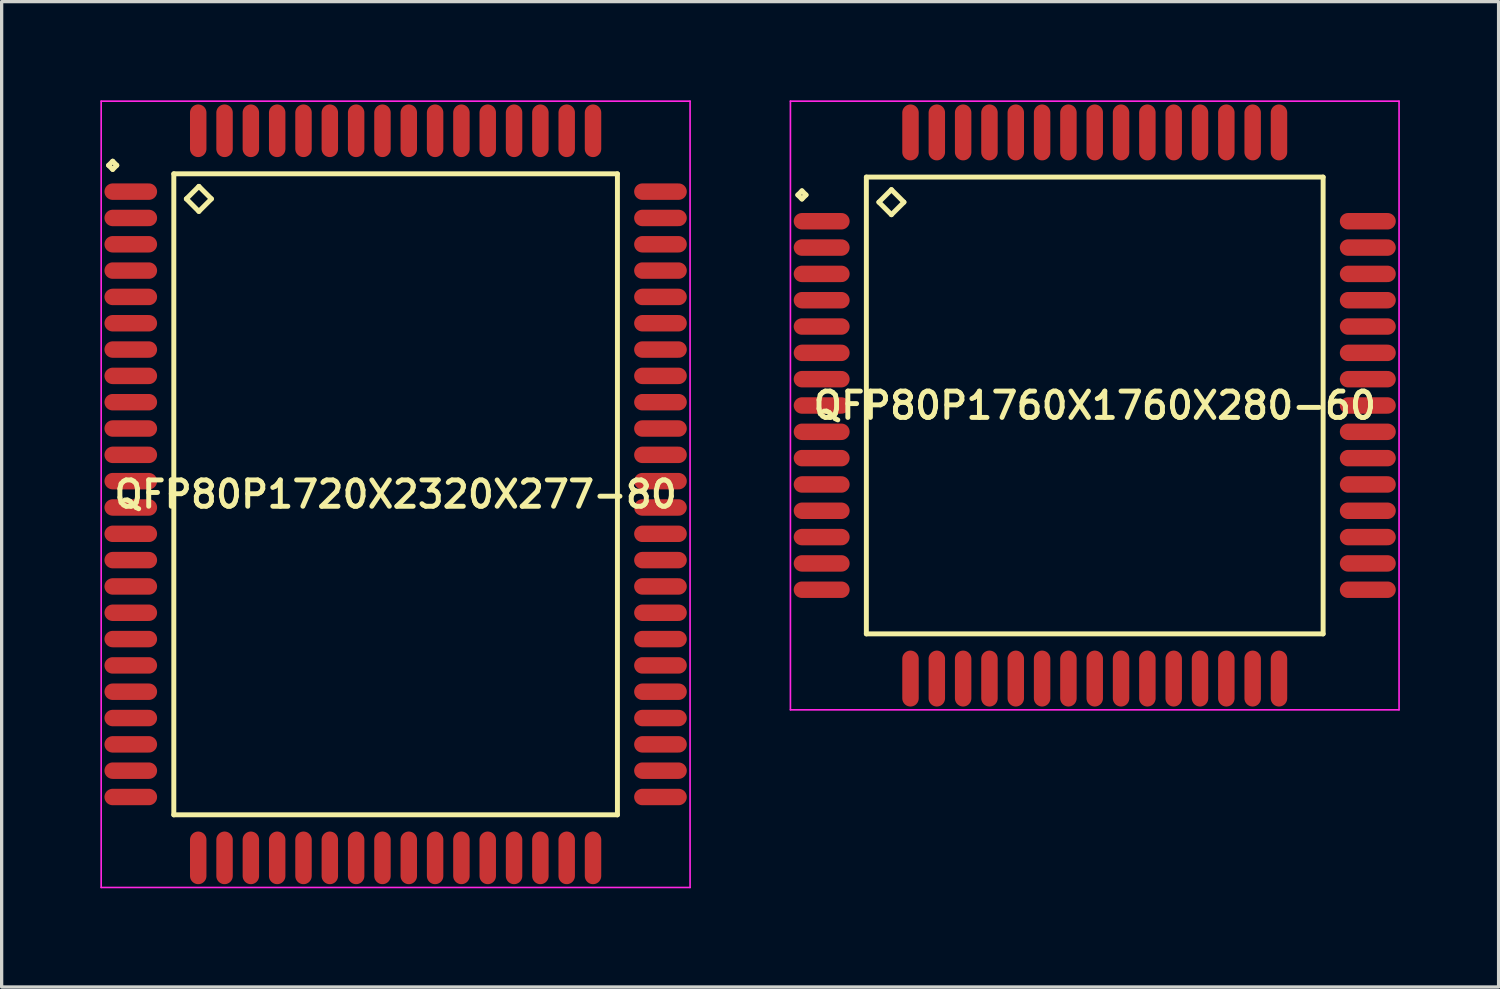
<source format=kicad_pcb>
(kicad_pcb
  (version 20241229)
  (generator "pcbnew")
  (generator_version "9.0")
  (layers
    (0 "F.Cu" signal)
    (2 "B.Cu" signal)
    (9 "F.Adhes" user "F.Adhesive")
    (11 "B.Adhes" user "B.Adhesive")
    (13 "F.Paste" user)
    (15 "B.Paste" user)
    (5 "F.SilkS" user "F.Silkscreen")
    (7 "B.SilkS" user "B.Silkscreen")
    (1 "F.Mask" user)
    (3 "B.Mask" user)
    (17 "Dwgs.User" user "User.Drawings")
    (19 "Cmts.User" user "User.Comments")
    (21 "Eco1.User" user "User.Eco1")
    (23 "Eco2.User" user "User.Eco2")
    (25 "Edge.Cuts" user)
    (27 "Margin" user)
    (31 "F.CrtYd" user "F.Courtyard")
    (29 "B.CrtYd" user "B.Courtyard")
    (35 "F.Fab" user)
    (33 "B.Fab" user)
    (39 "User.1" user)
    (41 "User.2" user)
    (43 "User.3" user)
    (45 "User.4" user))
  (footprint "QFP80P1760X1760X280-60"
    (layer "F.Cu")
    (at 30.225 9.275)
    (property "Reference" "QFP80P1760X1760X280-60" (at 0 0 0) (layer "F.SilkS") (effects (font (size 0.8 0.8) (thickness 0.15))))
    (attr smd)
    (fp_line (start -9.025 -6.4) (end -8.9 -6.525) (stroke (width 0.15) (type solid)) (layer "F.SilkS"))
    (fp_line (start -8.9 -6.525) (end -8.775 -6.4) (stroke (width 0.15) (type solid)) (layer "F.SilkS"))
    (fp_line (start -8.9 -6.275) (end -9.025 -6.4) (stroke (width 0.15) (type solid)) (layer "F.SilkS"))
    (fp_line (start -8.775 -6.4) (end -8.9 -6.275) (stroke (width 0.15) (type solid)) (layer "F.SilkS"))
    (fp_line (start -6.942 -6.942) (end -6.942 6.942) (stroke (width 0.15) (type solid)) (layer "F.SilkS"))
    (fp_line (start -6.942 6.942) (end 6.942 6.942) (stroke (width 0.15) (type solid)) (layer "F.SilkS"))
    (fp_line (start -6.561 -6.18) (end -6.18 -6.561) (stroke (width 0.15) (type solid)) (layer "F.SilkS"))
    (fp_line (start -6.18 -6.561) (end -5.799 -6.18) (stroke (width 0.15) (type solid)) (layer "F.SilkS"))
    (fp_line (start -6.18 -5.799) (end -6.561 -6.18) (stroke (width 0.15) (type solid)) (layer "F.SilkS"))
    (fp_line (start -5.799 -6.18) (end -6.18 -5.799) (stroke (width 0.15) (type solid)) (layer "F.SilkS"))
    (fp_line (start 6.942 -6.942) (end -6.942 -6.942) (stroke (width 0.15) (type solid)) (layer "F.SilkS"))
    (fp_line (start 6.942 6.942) (end 6.942 -6.942) (stroke (width 0.15) (type solid)) (layer "F.SilkS"))
    (fp_line (start -9.25 -9.25) (end 9.25 -9.25) (stroke (width 0.05) (type solid)) (layer "F.CrtYd"))
    (fp_line (start -9.25 9.25) (end -9.25 -9.25) (stroke (width 0.05) (type solid)) (layer "F.CrtYd"))
    (fp_line (start 9.25 -9.25) (end 9.25 9.25) (stroke (width 0.05) (type solid)) (layer "F.CrtYd"))
    (fp_line (start 9.25 9.25) (end -9.25 9.25) (stroke (width 0.05) (type solid)) (layer "F.CrtYd"))
    (pad "1" smd oval (at -8.3 -5.6) (size 1.7 0.5) (layers "F.Cu" "F.Mask" "F.Paste"))
    (pad "2" smd oval (at -8.3 -4.8) (size 1.7 0.5) (layers "F.Cu" "F.Mask" "F.Paste"))
    (pad "3" smd oval (at -8.3 -4) (size 1.7 0.5) (layers "F.Cu" "F.Mask" "F.Paste"))
    (pad "4" smd oval (at -8.3 -3.2) (size 1.7 0.5) (layers "F.Cu" "F.Mask" "F.Paste"))
    (pad "5" smd oval (at -8.3 -2.4) (size 1.7 0.5) (layers "F.Cu" "F.Mask" "F.Paste"))
    (pad "6" smd oval (at -8.3 -1.6) (size 1.7 0.5) (layers "F.Cu" "F.Mask" "F.Paste"))
    (pad "7" smd oval (at -8.3 -0.8) (size 1.7 0.5) (layers "F.Cu" "F.Mask" "F.Paste"))
    (pad "8" smd oval (at -8.3 0) (size 1.7 0.5) (layers "F.Cu" "F.Mask" "F.Paste"))
    (pad "9" smd oval (at -8.3 0.8) (size 1.7 0.5) (layers "F.Cu" "F.Mask" "F.Paste"))
    (pad "10" smd oval (at -8.3 1.6) (size 1.7 0.5) (layers "F.Cu" "F.Mask" "F.Paste"))
    (pad "11" smd oval (at -8.3 2.4) (size 1.7 0.5) (layers "F.Cu" "F.Mask" "F.Paste"))
    (pad "12" smd oval (at -8.3 3.2) (size 1.7 0.5) (layers "F.Cu" "F.Mask" "F.Paste"))
    (pad "13" smd oval (at -8.3 4) (size 1.7 0.5) (layers "F.Cu" "F.Mask" "F.Paste"))
    (pad "14" smd oval (at -8.3 4.8) (size 1.7 0.5) (layers "F.Cu" "F.Mask" "F.Paste"))
    (pad "15" smd oval (at -8.3 5.6) (size 1.7 0.5) (layers "F.Cu" "F.Mask" "F.Paste"))
    (pad "16" smd oval (at -5.6 8.3) (size 0.5 1.7) (layers "F.Cu" "F.Mask" "F.Paste"))
    (pad "17" smd oval (at -4.8 8.3) (size 0.5 1.7) (layers "F.Cu" "F.Mask" "F.Paste"))
    (pad "18" smd oval (at -4 8.3) (size 0.5 1.7) (layers "F.Cu" "F.Mask" "F.Paste"))
    (pad "19" smd oval (at -3.2 8.3) (size 0.5 1.7) (layers "F.Cu" "F.Mask" "F.Paste"))
    (pad "20" smd oval (at -2.4 8.3) (size 0.5 1.7) (layers "F.Cu" "F.Mask" "F.Paste"))
    (pad "21" smd oval (at -1.6 8.3) (size 0.5 1.7) (layers "F.Cu" "F.Mask" "F.Paste"))
    (pad "22" smd oval (at -0.8 8.3) (size 0.5 1.7) (layers "F.Cu" "F.Mask" "F.Paste"))
    (pad "23" smd oval (at 0 8.3) (size 0.5 1.7) (layers "F.Cu" "F.Mask" "F.Paste"))
    (pad "24" smd oval (at 0.8 8.3) (size 0.5 1.7) (layers "F.Cu" "F.Mask" "F.Paste"))
    (pad "25" smd oval (at 1.6 8.3) (size 0.5 1.7) (layers "F.Cu" "F.Mask" "F.Paste"))
    (pad "26" smd oval (at 2.4 8.3) (size 0.5 1.7) (layers "F.Cu" "F.Mask" "F.Paste"))
    (pad "27" smd oval (at 3.2 8.3) (size 0.5 1.7) (layers "F.Cu" "F.Mask" "F.Paste"))
    (pad "28" smd oval (at 4 8.3) (size 0.5 1.7) (layers "F.Cu" "F.Mask" "F.Paste"))
    (pad "29" smd oval (at 4.8 8.3) (size 0.5 1.7) (layers "F.Cu" "F.Mask" "F.Paste"))
    (pad "30" smd oval (at 5.6 8.3) (size 0.5 1.7) (layers "F.Cu" "F.Mask" "F.Paste"))
    (pad "31" smd oval (at 8.3 5.6) (size 1.7 0.5) (layers "F.Cu" "F.Mask" "F.Paste"))
    (pad "32" smd oval (at 8.3 4.8) (size 1.7 0.5) (layers "F.Cu" "F.Mask" "F.Paste"))
    (pad "33" smd oval (at 8.3 4) (size 1.7 0.5) (layers "F.Cu" "F.Mask" "F.Paste"))
    (pad "34" smd oval (at 8.3 3.2) (size 1.7 0.5) (layers "F.Cu" "F.Mask" "F.Paste"))
    (pad "35" smd oval (at 8.3 2.4) (size 1.7 0.5) (layers "F.Cu" "F.Mask" "F.Paste"))
    (pad "36" smd oval (at 8.3 1.6) (size 1.7 0.5) (layers "F.Cu" "F.Mask" "F.Paste"))
    (pad "37" smd oval (at 8.3 0.8) (size 1.7 0.5) (layers "F.Cu" "F.Mask" "F.Paste"))
    (pad "38" smd oval (at 8.3 0) (size 1.7 0.5) (layers "F.Cu" "F.Mask" "F.Paste"))
    (pad "39" smd oval (at 8.3 -0.8) (size 1.7 0.5) (layers "F.Cu" "F.Mask" "F.Paste"))
    (pad "40" smd oval (at 8.3 -1.6) (size 1.7 0.5) (layers "F.Cu" "F.Mask" "F.Paste"))
    (pad "41" smd oval (at 8.3 -2.4) (size 1.7 0.5) (layers "F.Cu" "F.Mask" "F.Paste"))
    (pad "42" smd oval (at 8.3 -3.2) (size 1.7 0.5) (layers "F.Cu" "F.Mask" "F.Paste"))
    (pad "43" smd oval (at 8.3 -4) (size 1.7 0.5) (layers "F.Cu" "F.Mask" "F.Paste"))
    (pad "44" smd oval (at 8.3 -4.8) (size 1.7 0.5) (layers "F.Cu" "F.Mask" "F.Paste"))
    (pad "45" smd oval (at 8.3 -5.6) (size 1.7 0.5) (layers "F.Cu" "F.Mask" "F.Paste"))
    (pad "46" smd oval (at 5.6 -8.3) (size 0.5 1.7) (layers "F.Cu" "F.Mask" "F.Paste"))
    (pad "47" smd oval (at 4.8 -8.3) (size 0.5 1.7) (layers "F.Cu" "F.Mask" "F.Paste"))
    (pad "48" smd oval (at 4 -8.3) (size 0.5 1.7) (layers "F.Cu" "F.Mask" "F.Paste"))
    (pad "49" smd oval (at 3.2 -8.3) (size 0.5 1.7) (layers "F.Cu" "F.Mask" "F.Paste"))
    (pad "50" smd oval (at 2.4 -8.3) (size 0.5 1.7) (layers "F.Cu" "F.Mask" "F.Paste"))
    (pad "51" smd oval (at 1.6 -8.3) (size 0.5 1.7) (layers "F.Cu" "F.Mask" "F.Paste"))
    (pad "52" smd oval (at 0.8 -8.3) (size 0.5 1.7) (layers "F.Cu" "F.Mask" "F.Paste"))
    (pad "53" smd oval (at 0 -8.3) (size 0.5 1.7) (layers "F.Cu" "F.Mask" "F.Paste"))
    (pad "54" smd oval (at -0.8 -8.3) (size 0.5 1.7) (layers "F.Cu" "F.Mask" "F.Paste"))
    (pad "55" smd oval (at -1.6 -8.3) (size 0.5 1.7) (layers "F.Cu" "F.Mask" "F.Paste"))
    (pad "56" smd oval (at -2.4 -8.3) (size 0.5 1.7) (layers "F.Cu" "F.Mask" "F.Paste"))
    (pad "57" smd oval (at -3.2 -8.3) (size 0.5 1.7) (layers "F.Cu" "F.Mask" "F.Paste"))
    (pad "58" smd oval (at -4 -8.3) (size 0.5 1.7) (layers "F.Cu" "F.Mask" "F.Paste"))
    (pad "59" smd oval (at -4.8 -8.3) (size 0.5 1.7) (layers "F.Cu" "F.Mask" "F.Paste"))
    (pad "60" smd oval (at -5.6 -8.3) (size 0.5 1.7) (layers "F.Cu" "F.Mask" "F.Paste")))
  (footprint "QFP80P1720X2320X277-80"
    (layer "F.Cu")
    (at 8.975 11.975)
    (property "Reference" "QFP80P1720X2320X277-80" (at 0 0 0) (layer "F.SilkS") (effects (font (size 0.8 0.8) (thickness 0.15))))
    (attr smd)
    (fp_line (start -8.725 -10) (end -8.6 -10.125) (stroke (width 0.15) (type solid)) (layer "F.SilkS"))
    (fp_line (start -8.6 -10.125) (end -8.475 -10) (stroke (width 0.15) (type solid)) (layer "F.SilkS"))
    (fp_line (start -8.6 -9.875) (end -8.725 -10) (stroke (width 0.15) (type solid)) (layer "F.SilkS"))
    (fp_line (start -8.475 -10) (end -8.6 -9.875) (stroke (width 0.15) (type solid)) (layer "F.SilkS"))
    (fp_line (start -6.742 -9.742) (end -6.742 9.742) (stroke (width 0.15) (type solid)) (layer "F.SilkS"))
    (fp_line (start -6.742 9.742) (end 6.742 9.742) (stroke (width 0.15) (type solid)) (layer "F.SilkS"))
    (fp_line (start -6.361 -8.98) (end -5.98 -9.361) (stroke (width 0.15) (type solid)) (layer "F.SilkS"))
    (fp_line (start -5.98 -9.361) (end -5.599 -8.98) (stroke (width 0.15) (type solid)) (layer "F.SilkS"))
    (fp_line (start -5.98 -8.599) (end -6.361 -8.98) (stroke (width 0.15) (type solid)) (layer "F.SilkS"))
    (fp_line (start -5.599 -8.98) (end -5.98 -8.599) (stroke (width 0.15) (type solid)) (layer "F.SilkS"))
    (fp_line (start 6.742 -9.742) (end -6.742 -9.742) (stroke (width 0.15) (type solid)) (layer "F.SilkS"))
    (fp_line (start 6.742 9.742) (end 6.742 -9.742) (stroke (width 0.15) (type solid)) (layer "F.SilkS"))
    (fp_line (start -8.95 -11.95) (end 8.95 -11.95) (stroke (width 0.05) (type solid)) (layer "F.CrtYd"))
    (fp_line (start -8.95 11.95) (end -8.95 -11.95) (stroke (width 0.05) (type solid)) (layer "F.CrtYd"))
    (fp_line (start 8.95 -11.95) (end 8.95 11.95) (stroke (width 0.05) (type solid)) (layer "F.CrtYd"))
    (fp_line (start 8.95 11.95) (end -8.95 11.95) (stroke (width 0.05) (type solid)) (layer "F.CrtYd"))
    (pad "1" smd oval (at -8.05 -9.2) (size 1.6 0.5) (layers "F.Cu" "F.Mask" "F.Paste"))
    (pad "2" smd oval (at -8.05 -8.4) (size 1.6 0.5) (layers "F.Cu" "F.Mask" "F.Paste"))
    (pad "3" smd oval (at -8.05 -7.6) (size 1.6 0.5) (layers "F.Cu" "F.Mask" "F.Paste"))
    (pad "4" smd oval (at -8.05 -6.8) (size 1.6 0.5) (layers "F.Cu" "F.Mask" "F.Paste"))
    (pad "5" smd oval (at -8.05 -6) (size 1.6 0.5) (layers "F.Cu" "F.Mask" "F.Paste"))
    (pad "6" smd oval (at -8.05 -5.2) (size 1.6 0.5) (layers "F.Cu" "F.Mask" "F.Paste"))
    (pad "7" smd oval (at -8.05 -4.4) (size 1.6 0.5) (layers "F.Cu" "F.Mask" "F.Paste"))
    (pad "8" smd oval (at -8.05 -3.6) (size 1.6 0.5) (layers "F.Cu" "F.Mask" "F.Paste"))
    (pad "9" smd oval (at -8.05 -2.8) (size 1.6 0.5) (layers "F.Cu" "F.Mask" "F.Paste"))
    (pad "10" smd oval (at -8.05 -2) (size 1.6 0.5) (layers "F.Cu" "F.Mask" "F.Paste"))
    (pad "11" smd oval (at -8.05 -1.2) (size 1.6 0.5) (layers "F.Cu" "F.Mask" "F.Paste"))
    (pad "12" smd oval (at -8.05 -0.4) (size 1.6 0.5) (layers "F.Cu" "F.Mask" "F.Paste"))
    (pad "13" smd oval (at -8.05 0.4) (size 1.6 0.5) (layers "F.Cu" "F.Mask" "F.Paste"))
    (pad "14" smd oval (at -8.05 1.2) (size 1.6 0.5) (layers "F.Cu" "F.Mask" "F.Paste"))
    (pad "15" smd oval (at -8.05 2) (size 1.6 0.5) (layers "F.Cu" "F.Mask" "F.Paste"))
    (pad "16" smd oval (at -8.05 2.8) (size 1.6 0.5) (layers "F.Cu" "F.Mask" "F.Paste"))
    (pad "17" smd oval (at -8.05 3.6) (size 1.6 0.5) (layers "F.Cu" "F.Mask" "F.Paste"))
    (pad "18" smd oval (at -8.05 4.4) (size 1.6 0.5) (layers "F.Cu" "F.Mask" "F.Paste"))
    (pad "19" smd oval (at -8.05 5.2) (size 1.6 0.5) (layers "F.Cu" "F.Mask" "F.Paste"))
    (pad "20" smd oval (at -8.05 6) (size 1.6 0.5) (layers "F.Cu" "F.Mask" "F.Paste"))
    (pad "21" smd oval (at -8.05 6.8) (size 1.6 0.5) (layers "F.Cu" "F.Mask" "F.Paste"))
    (pad "22" smd oval (at -8.05 7.6) (size 1.6 0.5) (layers "F.Cu" "F.Mask" "F.Paste"))
    (pad "23" smd oval (at -8.05 8.4) (size 1.6 0.5) (layers "F.Cu" "F.Mask" "F.Paste"))
    (pad "24" smd oval (at -8.05 9.2) (size 1.6 0.5) (layers "F.Cu" "F.Mask" "F.Paste"))
    (pad "25" smd oval (at -6 11.05) (size 0.5 1.6) (layers "F.Cu" "F.Mask" "F.Paste"))
    (pad "26" smd oval (at -5.2 11.05) (size 0.5 1.6) (layers "F.Cu" "F.Mask" "F.Paste"))
    (pad "27" smd oval (at -4.4 11.05) (size 0.5 1.6) (layers "F.Cu" "F.Mask" "F.Paste"))
    (pad "28" smd oval (at -3.6 11.05) (size 0.5 1.6) (layers "F.Cu" "F.Mask" "F.Paste"))
    (pad "29" smd oval (at -2.8 11.05) (size 0.5 1.6) (layers "F.Cu" "F.Mask" "F.Paste"))
    (pad "30" smd oval (at -2 11.05) (size 0.5 1.6) (layers "F.Cu" "F.Mask" "F.Paste"))
    (pad "31" smd oval (at -1.2 11.05) (size 0.5 1.6) (layers "F.Cu" "F.Mask" "F.Paste"))
    (pad "32" smd oval (at -0.4 11.05) (size 0.5 1.6) (layers "F.Cu" "F.Mask" "F.Paste"))
    (pad "33" smd oval (at 0.4 11.05) (size 0.5 1.6) (layers "F.Cu" "F.Mask" "F.Paste"))
    (pad "34" smd oval (at 1.2 11.05) (size 0.5 1.6) (layers "F.Cu" "F.Mask" "F.Paste"))
    (pad "35" smd oval (at 2 11.05) (size 0.5 1.6) (layers "F.Cu" "F.Mask" "F.Paste"))
    (pad "36" smd oval (at 2.8 11.05) (size 0.5 1.6) (layers "F.Cu" "F.Mask" "F.Paste"))
    (pad "37" smd oval (at 3.6 11.05) (size 0.5 1.6) (layers "F.Cu" "F.Mask" "F.Paste"))
    (pad "38" smd oval (at 4.4 11.05) (size 0.5 1.6) (layers "F.Cu" "F.Mask" "F.Paste"))
    (pad "39" smd oval (at 5.2 11.05) (size 0.5 1.6) (layers "F.Cu" "F.Mask" "F.Paste"))
    (pad "40" smd oval (at 6 11.05) (size 0.5 1.6) (layers "F.Cu" "F.Mask" "F.Paste"))
    (pad "41" smd oval (at 8.05 9.2) (size 1.6 0.5) (layers "F.Cu" "F.Mask" "F.Paste"))
    (pad "42" smd oval (at 8.05 8.4) (size 1.6 0.5) (layers "F.Cu" "F.Mask" "F.Paste"))
    (pad "43" smd oval (at 8.05 7.6) (size 1.6 0.5) (layers "F.Cu" "F.Mask" "F.Paste"))
    (pad "44" smd oval (at 8.05 6.8) (size 1.6 0.5) (layers "F.Cu" "F.Mask" "F.Paste"))
    (pad "45" smd oval (at 8.05 6) (size 1.6 0.5) (layers "F.Cu" "F.Mask" "F.Paste"))
    (pad "46" smd oval (at 8.05 5.2) (size 1.6 0.5) (layers "F.Cu" "F.Mask" "F.Paste"))
    (pad "47" smd oval (at 8.05 4.4) (size 1.6 0.5) (layers "F.Cu" "F.Mask" "F.Paste"))
    (pad "48" smd oval (at 8.05 3.6) (size 1.6 0.5) (layers "F.Cu" "F.Mask" "F.Paste"))
    (pad "49" smd oval (at 8.05 2.8) (size 1.6 0.5) (layers "F.Cu" "F.Mask" "F.Paste"))
    (pad "50" smd oval (at 8.05 2) (size 1.6 0.5) (layers "F.Cu" "F.Mask" "F.Paste"))
    (pad "51" smd oval (at 8.05 1.2) (size 1.6 0.5) (layers "F.Cu" "F.Mask" "F.Paste"))
    (pad "52" smd oval (at 8.05 0.4) (size 1.6 0.5) (layers "F.Cu" "F.Mask" "F.Paste"))
    (pad "53" smd oval (at 8.05 -0.4) (size 1.6 0.5) (layers "F.Cu" "F.Mask" "F.Paste"))
    (pad "54" smd oval (at 8.05 -1.2) (size 1.6 0.5) (layers "F.Cu" "F.Mask" "F.Paste"))
    (pad "55" smd oval (at 8.05 -2) (size 1.6 0.5) (layers "F.Cu" "F.Mask" "F.Paste"))
    (pad "56" smd oval (at 8.05 -2.8) (size 1.6 0.5) (layers "F.Cu" "F.Mask" "F.Paste"))
    (pad "57" smd oval (at 8.05 -3.6) (size 1.6 0.5) (layers "F.Cu" "F.Mask" "F.Paste"))
    (pad "58" smd oval (at 8.05 -4.4) (size 1.6 0.5) (layers "F.Cu" "F.Mask" "F.Paste"))
    (pad "59" smd oval (at 8.05 -5.2) (size 1.6 0.5) (layers "F.Cu" "F.Mask" "F.Paste"))
    (pad "60" smd oval (at 8.05 -6) (size 1.6 0.5) (layers "F.Cu" "F.Mask" "F.Paste"))
    (pad "61" smd oval (at 8.05 -6.8) (size 1.6 0.5) (layers "F.Cu" "F.Mask" "F.Paste"))
    (pad "62" smd oval (at 8.05 -7.6) (size 1.6 0.5) (layers "F.Cu" "F.Mask" "F.Paste"))
    (pad "63" smd oval (at 8.05 -8.4) (size 1.6 0.5) (layers "F.Cu" "F.Mask" "F.Paste"))
    (pad "64" smd oval (at 8.05 -9.2) (size 1.6 0.5) (layers "F.Cu" "F.Mask" "F.Paste"))
    (pad "65" smd oval (at 6 -11.05) (size 0.5 1.6) (layers "F.Cu" "F.Mask" "F.Paste"))
    (pad "66" smd oval (at 5.2 -11.05) (size 0.5 1.6) (layers "F.Cu" "F.Mask" "F.Paste"))
    (pad "67" smd oval (at 4.4 -11.05) (size 0.5 1.6) (layers "F.Cu" "F.Mask" "F.Paste"))
    (pad "68" smd oval (at 3.6 -11.05) (size 0.5 1.6) (layers "F.Cu" "F.Mask" "F.Paste"))
    (pad "69" smd oval (at 2.8 -11.05) (size 0.5 1.6) (layers "F.Cu" "F.Mask" "F.Paste"))
    (pad "70" smd oval (at 2 -11.05) (size 0.5 1.6) (layers "F.Cu" "F.Mask" "F.Paste"))
    (pad "71" smd oval (at 1.2 -11.05) (size 0.5 1.6) (layers "F.Cu" "F.Mask" "F.Paste"))
    (pad "72" smd oval (at 0.4 -11.05) (size 0.5 1.6) (layers "F.Cu" "F.Mask" "F.Paste"))
    (pad "73" smd oval (at -0.4 -11.05) (size 0.5 1.6) (layers "F.Cu" "F.Mask" "F.Paste"))
    (pad "74" smd oval (at -1.2 -11.05) (size 0.5 1.6) (layers "F.Cu" "F.Mask" "F.Paste"))
    (pad "75" smd oval (at -2 -11.05) (size 0.5 1.6) (layers "F.Cu" "F.Mask" "F.Paste"))
    (pad "76" smd oval (at -2.8 -11.05) (size 0.5 1.6) (layers "F.Cu" "F.Mask" "F.Paste"))
    (pad "77" smd oval (at -3.6 -11.05) (size 0.5 1.6) (layers "F.Cu" "F.Mask" "F.Paste"))
    (pad "78" smd oval (at -4.4 -11.05) (size 0.5 1.6) (layers "F.Cu" "F.Mask" "F.Paste"))
    (pad "79" smd oval (at -5.2 -11.05) (size 0.5 1.6) (layers "F.Cu" "F.Mask" "F.Paste"))
    (pad "80" smd oval (at -6 -11.05) (size 0.5 1.6) (layers "F.Cu" "F.Mask" "F.Paste")))
  (gr_rect
    (start -3 -3)
    (end 42.5 26.95)
    (stroke (width 0.1) (type default))
    (fill no)
    (layer "Edge.Cuts")))
</source>
